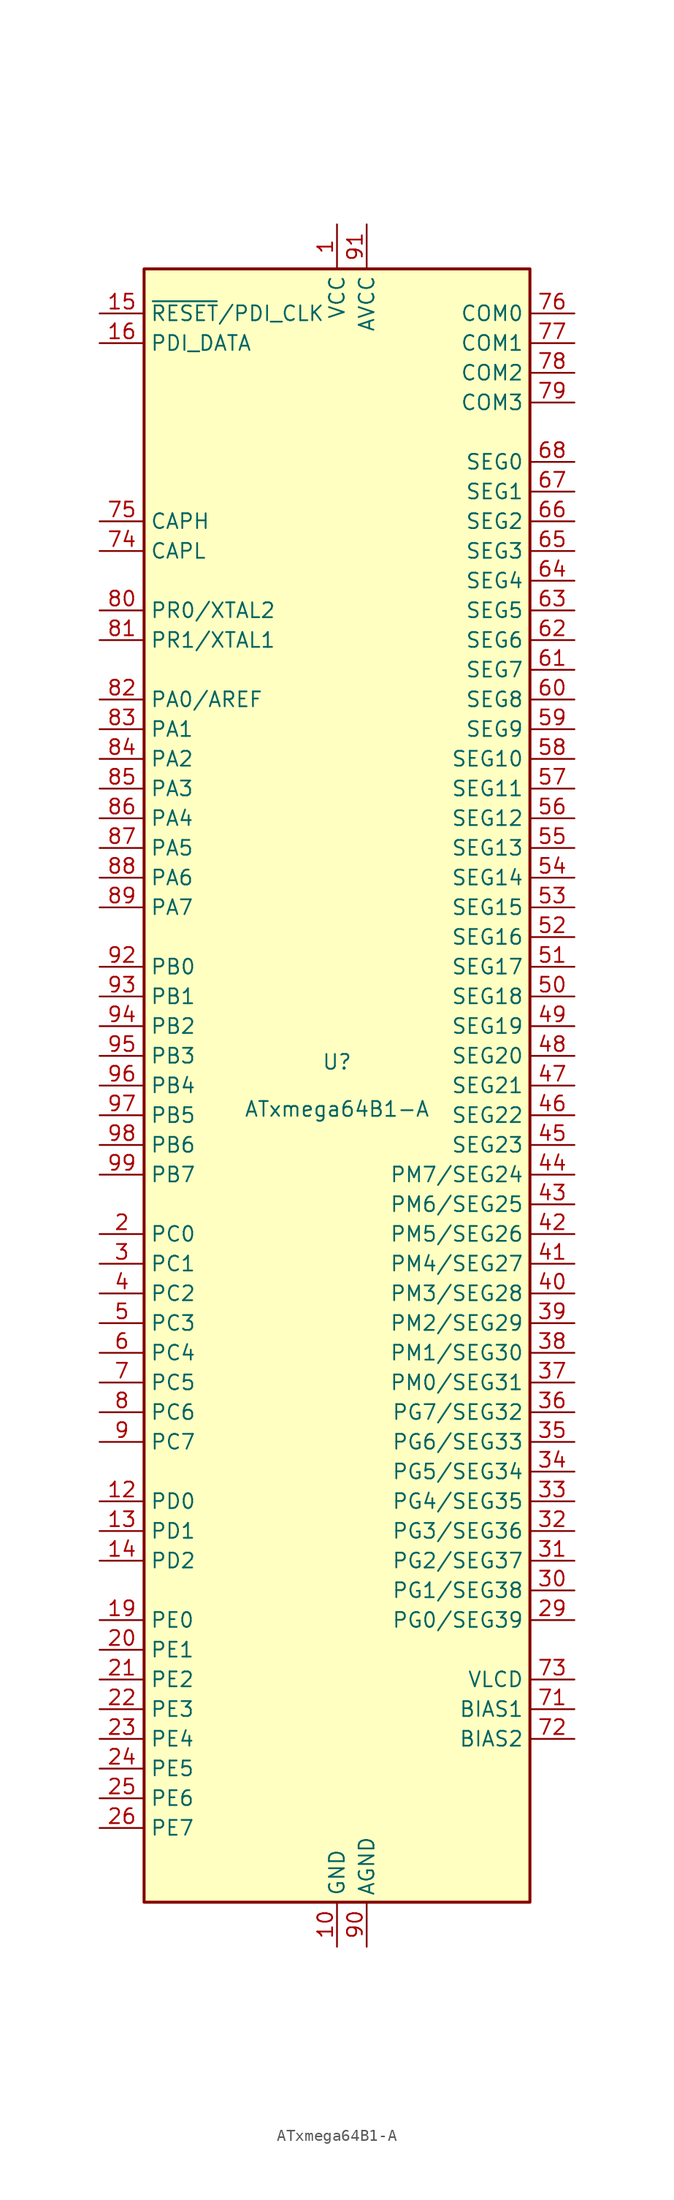
<source format=kicad_sym>
(kicad_symbol_lib
  (version 20231120)
  (generator "kicad_symbol_editor")
  (generator_version "8.0")
  (symbol "ATxmega64B1-A"
    (property "Reference" "U"
      (at 0 1.27 0)
      (effects (font (size 1.27 1.27)) (justify bottom)))
    (property "Value" "ATxmega64B1-A"
      (at 0 -1.27 0)
      (effects (font (size 1.27 1.27)) (justify top)))
    (symbol "ATxmega64B1-A_0_1"
      (rectangle (start -16.51 -69.85) (end 16.51 69.85) (stroke (width 0.254) (type default)) (fill (type background))))
    (symbol "ATxmega64B1-A_1_1"
      (pin power_in line (at 0 73.66 270) (length 3.81) (name "VCC" (effects (font (size 1.27 1.27)))) (number "1" (effects (font (size 1.27 1.27)))))
      (pin power_in line (at 0 -73.66 90) (length 3.81) (name "GND" (effects (font (size 1.27 1.27)))) (number "10" (effects (font (size 1.27 1.27)))))
      (pin passive line (at 0 -73.66 90) (length 3.81) hide (name "GND" (effects (font (size 1.27 1.27)))) (number "100" (effects (font (size 1.27 1.27)))))
      (pin passive line (at 0 73.66 270) (length 3.81) hide (name "VCC" (effects (font (size 1.27 1.27)))) (number "11" (effects (font (size 1.27 1.27)))))
      (pin bidirectional line (at -20.32 -35.56 0) (length 3.81) (name "PD0" (effects (font (size 1.27 1.27)))) (number "12" (effects (font (size 1.27 1.27)))))
      (pin bidirectional line (at -20.32 -38.1 0) (length 3.81) (name "PD1" (effects (font (size 1.27 1.27)))) (number "13" (effects (font (size 1.27 1.27)))))
      (pin bidirectional line (at -20.32 -40.64 0) (length 3.81) (name "PD2" (effects (font (size 1.27 1.27)))) (number "14" (effects (font (size 1.27 1.27)))))
      (pin input line (at -20.32 66.04 0) (length 3.81) (name "~{RESET}/PDI_CLK" (effects (font (size 1.27 1.27)))) (number "15" (effects (font (size 1.27 1.27)))))
      (pin bidirectional line (at -20.32 63.5 0) (length 3.81) (name "PDI_DATA" (effects (font (size 1.27 1.27)))) (number "16" (effects (font (size 1.27 1.27)))))
      (pin passive line (at 0 -73.66 90) (length 3.81) hide (name "GND" (effects (font (size 1.27 1.27)))) (number "17" (effects (font (size 1.27 1.27)))))
      (pin passive line (at 0 73.66 270) (length 3.81) hide (name "VCC" (effects (font (size 1.27 1.27)))) (number "18" (effects (font (size 1.27 1.27)))))
      (pin bidirectional line (at -20.32 -45.72 0) (length 3.81) (name "PE0" (effects (font (size 1.27 1.27)))) (number "19" (effects (font (size 1.27 1.27)))))
      (pin bidirectional line (at -20.32 -12.7 0) (length 3.81) (name "PC0" (effects (font (size 1.27 1.27)))) (number "2" (effects (font (size 1.27 1.27)))))
      (pin bidirectional line (at -20.32 -48.26 0) (length 3.81) (name "PE1" (effects (font (size 1.27 1.27)))) (number "20" (effects (font (size 1.27 1.27)))))
      (pin bidirectional line (at -20.32 -50.8 0) (length 3.81) (name "PE2" (effects (font (size 1.27 1.27)))) (number "21" (effects (font (size 1.27 1.27)))))
      (pin bidirectional line (at -20.32 -53.34 0) (length 3.81) (name "PE3" (effects (font (size 1.27 1.27)))) (number "22" (effects (font (size 1.27 1.27)))))
      (pin bidirectional line (at -20.32 -55.88 0) (length 3.81) (name "PE4" (effects (font (size 1.27 1.27)))) (number "23" (effects (font (size 1.27 1.27)))))
      (pin bidirectional line (at -20.32 -58.42 0) (length 3.81) (name "PE5" (effects (font (size 1.27 1.27)))) (number "24" (effects (font (size 1.27 1.27)))))
      (pin bidirectional line (at -20.32 -60.96 0) (length 3.81) (name "PE6" (effects (font (size 1.27 1.27)))) (number "25" (effects (font (size 1.27 1.27)))))
      (pin bidirectional line (at -20.32 -63.5 0) (length 3.81) (name "PE7" (effects (font (size 1.27 1.27)))) (number "26" (effects (font (size 1.27 1.27)))))
      (pin passive line (at 0 -73.66 90) (length 3.81) hide (name "GND" (effects (font (size 1.27 1.27)))) (number "27" (effects (font (size 1.27 1.27)))))
      (pin passive line (at 0 73.66 270) (length 3.81) hide (name "VCC" (effects (font (size 1.27 1.27)))) (number "28" (effects (font (size 1.27 1.27)))))
      (pin bidirectional line (at 20.32 -45.72 180) (length 3.81) (name "PG0/SEG39" (effects (font (size 1.27 1.27)))) (number "29" (effects (font (size 1.27 1.27)))))
      (pin bidirectional line (at -20.32 -15.24 0) (length 3.81) (name "PC1" (effects (font (size 1.27 1.27)))) (number "3" (effects (font (size 1.27 1.27)))))
      (pin bidirectional line (at 20.32 -43.18 180) (length 3.81) (name "PG1/SEG38" (effects (font (size 1.27 1.27)))) (number "30" (effects (font (size 1.27 1.27)))))
      (pin bidirectional line (at 20.32 -40.64 180) (length 3.81) (name "PG2/SEG37" (effects (font (size 1.27 1.27)))) (number "31" (effects (font (size 1.27 1.27)))))
      (pin bidirectional line (at 20.32 -38.1 180) (length 3.81) (name "PG3/SEG36" (effects (font (size 1.27 1.27)))) (number "32" (effects (font (size 1.27 1.27)))))
      (pin bidirectional line (at 20.32 -35.56 180) (length 3.81) (name "PG4/SEG35" (effects (font (size 1.27 1.27)))) (number "33" (effects (font (size 1.27 1.27)))))
      (pin bidirectional line (at 20.32 -33.02 180) (length 3.81) (name "PG5/SEG34" (effects (font (size 1.27 1.27)))) (number "34" (effects (font (size 1.27 1.27)))))
      (pin bidirectional line (at 20.32 -30.48 180) (length 3.81) (name "PG6/SEG33" (effects (font (size 1.27 1.27)))) (number "35" (effects (font (size 1.27 1.27)))))
      (pin bidirectional line (at 20.32 -27.94 180) (length 3.81) (name "PG7/SEG32" (effects (font (size 1.27 1.27)))) (number "36" (effects (font (size 1.27 1.27)))))
      (pin bidirectional line (at 20.32 -25.4 180) (length 3.81) (name "PM0/SEG31" (effects (font (size 1.27 1.27)))) (number "37" (effects (font (size 1.27 1.27)))))
      (pin bidirectional line (at 20.32 -22.86 180) (length 3.81) (name "PM1/SEG30" (effects (font (size 1.27 1.27)))) (number "38" (effects (font (size 1.27 1.27)))))
      (pin bidirectional line (at 20.32 -20.32 180) (length 3.81) (name "PM2/SEG29" (effects (font (size 1.27 1.27)))) (number "39" (effects (font (size 1.27 1.27)))))
      (pin bidirectional line (at -20.32 -17.78 0) (length 3.81) (name "PC2" (effects (font (size 1.27 1.27)))) (number "4" (effects (font (size 1.27 1.27)))))
      (pin bidirectional line (at 20.32 -17.78 180) (length 3.81) (name "PM3/SEG28" (effects (font (size 1.27 1.27)))) (number "40" (effects (font (size 1.27 1.27)))))
      (pin bidirectional line (at 20.32 -15.24 180) (length 3.81) (name "PM4/SEG27" (effects (font (size 1.27 1.27)))) (number "41" (effects (font (size 1.27 1.27)))))
      (pin bidirectional line (at 20.32 -12.7 180) (length 3.81) (name "PM5/SEG26" (effects (font (size 1.27 1.27)))) (number "42" (effects (font (size 1.27 1.27)))))
      (pin bidirectional line (at 20.32 -10.16 180) (length 3.81) (name "PM6/SEG25" (effects (font (size 1.27 1.27)))) (number "43" (effects (font (size 1.27 1.27)))))
      (pin bidirectional line (at 20.32 -7.62 180) (length 3.81) (name "PM7/SEG24" (effects (font (size 1.27 1.27)))) (number "44" (effects (font (size 1.27 1.27)))))
      (pin output line (at 20.32 -5.08 180) (length 3.81) (name "SEG23" (effects (font (size 1.27 1.27)))) (number "45" (effects (font (size 1.27 1.27)))))
      (pin output line (at 20.32 -2.54 180) (length 3.81) (name "SEG22" (effects (font (size 1.27 1.27)))) (number "46" (effects (font (size 1.27 1.27)))))
      (pin output line (at 20.32 0 180) (length 3.81) (name "SEG21" (effects (font (size 1.27 1.27)))) (number "47" (effects (font (size 1.27 1.27)))))
      (pin output line (at 20.32 2.54 180) (length 3.81) (name "SEG20" (effects (font (size 1.27 1.27)))) (number "48" (effects (font (size 1.27 1.27)))))
      (pin output line (at 20.32 5.08 180) (length 3.81) (name "SEG19" (effects (font (size 1.27 1.27)))) (number "49" (effects (font (size 1.27 1.27)))))
      (pin bidirectional line (at -20.32 -20.32 0) (length 3.81) (name "PC3" (effects (font (size 1.27 1.27)))) (number "5" (effects (font (size 1.27 1.27)))))
      (pin output line (at 20.32 7.62 180) (length 3.81) (name "SEG18" (effects (font (size 1.27 1.27)))) (number "50" (effects (font (size 1.27 1.27)))))
      (pin output line (at 20.32 10.16 180) (length 3.81) (name "SEG17" (effects (font (size 1.27 1.27)))) (number "51" (effects (font (size 1.27 1.27)))))
      (pin output line (at 20.32 12.7 180) (length 3.81) (name "SEG16" (effects (font (size 1.27 1.27)))) (number "52" (effects (font (size 1.27 1.27)))))
      (pin output line (at 20.32 15.24 180) (length 3.81) (name "SEG15" (effects (font (size 1.27 1.27)))) (number "53" (effects (font (size 1.27 1.27)))))
      (pin output line (at 20.32 17.78 180) (length 3.81) (name "SEG14" (effects (font (size 1.27 1.27)))) (number "54" (effects (font (size 1.27 1.27)))))
      (pin output line (at 20.32 20.32 180) (length 3.81) (name "SEG13" (effects (font (size 1.27 1.27)))) (number "55" (effects (font (size 1.27 1.27)))))
      (pin output line (at 20.32 22.86 180) (length 3.81) (name "SEG12" (effects (font (size 1.27 1.27)))) (number "56" (effects (font (size 1.27 1.27)))))
      (pin output line (at 20.32 25.4 180) (length 3.81) (name "SEG11" (effects (font (size 1.27 1.27)))) (number "57" (effects (font (size 1.27 1.27)))))
      (pin output line (at 20.32 27.94 180) (length 3.81) (name "SEG10" (effects (font (size 1.27 1.27)))) (number "58" (effects (font (size 1.27 1.27)))))
      (pin output line (at 20.32 30.48 180) (length 3.81) (name "SEG9" (effects (font (size 1.27 1.27)))) (number "59" (effects (font (size 1.27 1.27)))))
      (pin bidirectional line (at -20.32 -22.86 0) (length 3.81) (name "PC4" (effects (font (size 1.27 1.27)))) (number "6" (effects (font (size 1.27 1.27)))))
      (pin output line (at 20.32 33.02 180) (length 3.81) (name "SEG8" (effects (font (size 1.27 1.27)))) (number "60" (effects (font (size 1.27 1.27)))))
      (pin output line (at 20.32 35.56 180) (length 3.81) (name "SEG7" (effects (font (size 1.27 1.27)))) (number "61" (effects (font (size 1.27 1.27)))))
      (pin output line (at 20.32 38.1 180) (length 3.81) (name "SEG6" (effects (font (size 1.27 1.27)))) (number "62" (effects (font (size 1.27 1.27)))))
      (pin output line (at 20.32 40.64 180) (length 3.81) (name "SEG5" (effects (font (size 1.27 1.27)))) (number "63" (effects (font (size 1.27 1.27)))))
      (pin output line (at 20.32 43.18 180) (length 3.81) (name "SEG4" (effects (font (size 1.27 1.27)))) (number "64" (effects (font (size 1.27 1.27)))))
      (pin output line (at 20.32 45.72 180) (length 3.81) (name "SEG3" (effects (font (size 1.27 1.27)))) (number "65" (effects (font (size 1.27 1.27)))))
      (pin output line (at 20.32 48.26 180) (length 3.81) (name "SEG2" (effects (font (size 1.27 1.27)))) (number "66" (effects (font (size 1.27 1.27)))))
      (pin output line (at 20.32 50.8 180) (length 3.81) (name "SEG1" (effects (font (size 1.27 1.27)))) (number "67" (effects (font (size 1.27 1.27)))))
      (pin output line (at 20.32 53.34 180) (length 3.81) (name "SEG0" (effects (font (size 1.27 1.27)))) (number "68" (effects (font (size 1.27 1.27)))))
      (pin passive line (at 0 -73.66 90) (length 3.81) hide (name "GND" (effects (font (size 1.27 1.27)))) (number "69" (effects (font (size 1.27 1.27)))))
      (pin bidirectional line (at -20.32 -25.4 0) (length 3.81) (name "PC5" (effects (font (size 1.27 1.27)))) (number "7" (effects (font (size 1.27 1.27)))))
      (pin passive line (at 0 73.66 270) (length 3.81) hide (name "VCC" (effects (font (size 1.27 1.27)))) (number "70" (effects (font (size 1.27 1.27)))))
      (pin power_out line (at 20.32 -53.34 180) (length 3.81) (name "BIAS1" (effects (font (size 1.27 1.27)))) (number "71" (effects (font (size 1.27 1.27)))))
      (pin power_out line (at 20.32 -55.88 180) (length 3.81) (name "BIAS2" (effects (font (size 1.27 1.27)))) (number "72" (effects (font (size 1.27 1.27)))))
      (pin power_out line (at 20.32 -50.8 180) (length 3.81) (name "VLCD" (effects (font (size 1.27 1.27)))) (number "73" (effects (font (size 1.27 1.27)))))
      (pin passive line (at -20.32 45.72 0) (length 3.81) (name "CAPL" (effects (font (size 1.27 1.27)))) (number "74" (effects (font (size 1.27 1.27)))))
      (pin passive line (at -20.32 48.26 0) (length 3.81) (name "CAPH" (effects (font (size 1.27 1.27)))) (number "75" (effects (font (size 1.27 1.27)))))
      (pin output line (at 20.32 66.04 180) (length 3.81) (name "COM0" (effects (font (size 1.27 1.27)))) (number "76" (effects (font (size 1.27 1.27)))))
      (pin output line (at 20.32 63.5 180) (length 3.81) (name "COM1" (effects (font (size 1.27 1.27)))) (number "77" (effects (font (size 1.27 1.27)))))
      (pin output line (at 20.32 60.96 180) (length 3.81) (name "COM2" (effects (font (size 1.27 1.27)))) (number "78" (effects (font (size 1.27 1.27)))))
      (pin output line (at 20.32 58.42 180) (length 3.81) (name "COM3" (effects (font (size 1.27 1.27)))) (number "79" (effects (font (size 1.27 1.27)))))
      (pin bidirectional line (at -20.32 -27.94 0) (length 3.81) (name "PC6" (effects (font (size 1.27 1.27)))) (number "8" (effects (font (size 1.27 1.27)))))
      (pin bidirectional line (at -20.32 40.64 0) (length 3.81) (name "PR0/XTAL2" (effects (font (size 1.27 1.27)))) (number "80" (effects (font (size 1.27 1.27)))))
      (pin bidirectional line (at -20.32 38.1 0) (length 3.81) (name "PR1/XTAL1" (effects (font (size 1.27 1.27)))) (number "81" (effects (font (size 1.27 1.27)))))
      (pin bidirectional line (at -20.32 33.02 0) (length 3.81) (name "PA0/AREF" (effects (font (size 1.27 1.27)))) (number "82" (effects (font (size 1.27 1.27)))))
      (pin bidirectional line (at -20.32 30.48 0) (length 3.81) (name "PA1" (effects (font (size 1.27 1.27)))) (number "83" (effects (font (size 1.27 1.27)))))
      (pin bidirectional line (at -20.32 27.94 0) (length 3.81) (name "PA2" (effects (font (size 1.27 1.27)))) (number "84" (effects (font (size 1.27 1.27)))))
      (pin bidirectional line (at -20.32 25.4 0) (length 3.81) (name "PA3" (effects (font (size 1.27 1.27)))) (number "85" (effects (font (size 1.27 1.27)))))
      (pin bidirectional line (at -20.32 22.86 0) (length 3.81) (name "PA4" (effects (font (size 1.27 1.27)))) (number "86" (effects (font (size 1.27 1.27)))))
      (pin bidirectional line (at -20.32 20.32 0) (length 3.81) (name "PA5" (effects (font (size 1.27 1.27)))) (number "87" (effects (font (size 1.27 1.27)))))
      (pin bidirectional line (at -20.32 17.78 0) (length 3.81) (name "PA6" (effects (font (size 1.27 1.27)))) (number "88" (effects (font (size 1.27 1.27)))))
      (pin bidirectional line (at -20.32 15.24 0) (length 3.81) (name "PA7" (effects (font (size 1.27 1.27)))) (number "89" (effects (font (size 1.27 1.27)))))
      (pin bidirectional line (at -20.32 -30.48 0) (length 3.81) (name "PC7" (effects (font (size 1.27 1.27)))) (number "9" (effects (font (size 1.27 1.27)))))
      (pin power_in line (at 2.54 -73.66 90) (length 3.81) (name "AGND" (effects (font (size 1.27 1.27)))) (number "90" (effects (font (size 1.27 1.27)))))
      (pin power_in line (at 2.54 73.66 270) (length 3.81) (name "AVCC" (effects (font (size 1.27 1.27)))) (number "91" (effects (font (size 1.27 1.27)))))
      (pin bidirectional line (at -20.32 10.16 0) (length 3.81) (name "PB0" (effects (font (size 1.27 1.27)))) (number "92" (effects (font (size 1.27 1.27)))))
      (pin bidirectional line (at -20.32 7.62 0) (length 3.81) (name "PB1" (effects (font (size 1.27 1.27)))) (number "93" (effects (font (size 1.27 1.27)))))
      (pin bidirectional line (at -20.32 5.08 0) (length 3.81) (name "PB2" (effects (font (size 1.27 1.27)))) (number "94" (effects (font (size 1.27 1.27)))))
      (pin bidirectional line (at -20.32 2.54 0) (length 3.81) (name "PB3" (effects (font (size 1.27 1.27)))) (number "95" (effects (font (size 1.27 1.27)))))
      (pin bidirectional line (at -20.32 0 0) (length 3.81) (name "PB4" (effects (font (size 1.27 1.27)))) (number "96" (effects (font (size 1.27 1.27)))))
      (pin bidirectional line (at -20.32 -2.54 0) (length 3.81) (name "PB5" (effects (font (size 1.27 1.27)))) (number "97" (effects (font (size 1.27 1.27)))))
      (pin bidirectional line (at -20.32 -5.08 0) (length 3.81) (name "PB6" (effects (font (size 1.27 1.27)))) (number "98" (effects (font (size 1.27 1.27)))))
      (pin bidirectional line (at -20.32 -7.62 0) (length 3.81) (name "PB7" (effects (font (size 1.27 1.27)))) (number "99" (effects (font (size 1.27 1.27))))))))
</source>
